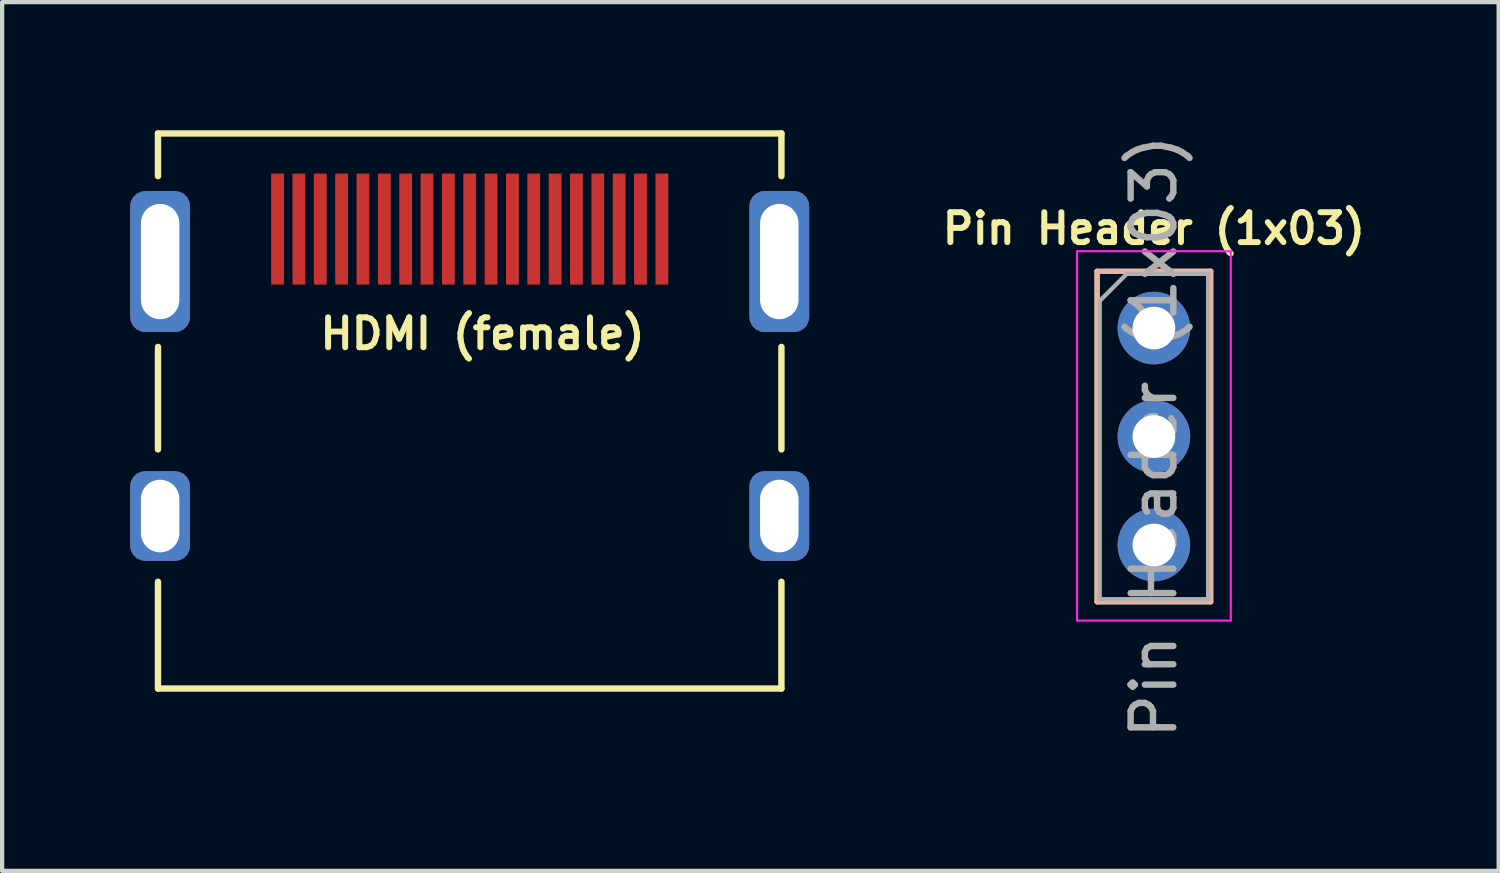
<source format=kicad_pcb>
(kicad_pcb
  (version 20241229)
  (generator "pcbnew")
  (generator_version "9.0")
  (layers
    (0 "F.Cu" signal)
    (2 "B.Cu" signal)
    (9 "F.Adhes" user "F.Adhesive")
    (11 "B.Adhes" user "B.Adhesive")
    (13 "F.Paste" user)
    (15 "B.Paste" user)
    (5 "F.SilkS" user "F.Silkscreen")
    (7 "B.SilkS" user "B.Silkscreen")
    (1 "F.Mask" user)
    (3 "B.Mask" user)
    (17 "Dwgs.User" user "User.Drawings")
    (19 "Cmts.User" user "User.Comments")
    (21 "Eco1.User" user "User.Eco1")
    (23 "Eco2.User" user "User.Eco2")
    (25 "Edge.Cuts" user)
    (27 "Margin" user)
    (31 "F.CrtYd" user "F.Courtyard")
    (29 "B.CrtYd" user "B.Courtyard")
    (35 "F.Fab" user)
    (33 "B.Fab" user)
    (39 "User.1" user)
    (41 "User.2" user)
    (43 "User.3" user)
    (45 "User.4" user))
  (footprint "HDMI (female)"
    (layer "F.Cu")
    (at 7.95 3.075)
    (property "Reference" "HDMI (female)" (at 0.3 1.69 180) (layer "F.SilkS") (effects (font (size 0.7 0.7) (thickness 0.14) (bold yes))))
    (attr through_hole)
    (fp_line (start -7.3 -3) (end 7.3 -3) (stroke (width 0.15) (type solid)) (layer "F.SilkS"))
    (fp_line (start -7.3 -2) (end -7.3 -3) (stroke (width 0.15) (type solid)) (layer "F.SilkS"))
    (fp_line (start -7.3 2) (end -7.3 4.4) (stroke (width 0.15) (type solid)) (layer "F.SilkS"))
    (fp_line (start -7.3 7.5) (end -7.3 10) (stroke (width 0.15) (type solid)) (layer "F.SilkS"))
    (fp_line (start -7.3 10) (end 7.3 10) (stroke (width 0.15) (type solid)) (layer "F.SilkS"))
    (fp_line (start 7.3 -3) (end 7.3 -2) (stroke (width 0.15) (type solid)) (layer "F.SilkS"))
    (fp_line (start 7.3 2) (end 7.3 4.4) (stroke (width 0.15) (type solid)) (layer "F.SilkS"))
    (fp_line (start 7.3 10) (end 7.3 7.5) (stroke (width 0.15) (type solid)) (layer "F.SilkS"))
    (pad "1" smd rect (at 4.5 -0.76) (size 0.3 2.6) (layers "F.Cu" "F.Mask" "F.Paste"))
    (pad "2" smd rect (at 4 -0.76) (size 0.3 2.6) (layers "F.Cu" "F.Mask" "F.Paste"))
    (pad "3" smd rect (at 3.5 -0.76) (size 0.3 2.6) (layers "F.Cu" "F.Mask" "F.Paste"))
    (pad "4" smd rect (at 3 -0.76) (size 0.3 2.6) (layers "F.Cu" "F.Mask" "F.Paste"))
    (pad "5" smd rect (at 2.5 -0.76) (size 0.3 2.6) (layers "F.Cu" "F.Mask" "F.Paste"))
    (pad "6" smd rect (at 2 -0.76) (size 0.3 2.6) (layers "F.Cu" "F.Mask" "F.Paste"))
    (pad "7" smd rect (at 1.5 -0.76) (size 0.3 2.6) (layers "F.Cu" "F.Mask" "F.Paste"))
    (pad "8" smd rect (at 1 -0.76) (size 0.3 2.6) (layers "F.Cu" "F.Mask" "F.Paste"))
    (pad "9" smd rect (at 0.5 -0.76) (size 0.3 2.6) (layers "F.Cu" "F.Mask" "F.Paste"))
    (pad "10" smd rect (at 0 -0.76) (size 0.3 2.6) (layers "F.Cu" "F.Mask" "F.Paste"))
    (pad "11" smd rect (at -0.5 -0.76) (size 0.3 2.6) (layers "F.Cu" "F.Mask" "F.Paste"))
    (pad "12" smd rect (at -1 -0.76) (size 0.3 2.6) (layers "F.Cu" "F.Mask" "F.Paste"))
    (pad "13" smd rect (at -1.5 -0.76) (size 0.3 2.6) (layers "F.Cu" "F.Mask" "F.Paste"))
    (pad "14" smd rect (at -2 -0.76) (size 0.3 2.6) (layers "F.Cu" "F.Mask" "F.Paste"))
    (pad "15" smd rect (at -2.5 -0.76) (size 0.3 2.6) (layers "F.Cu" "F.Mask" "F.Paste"))
    (pad "16" smd rect (at -3 -0.76) (size 0.3 2.6) (layers "F.Cu" "F.Mask" "F.Paste"))
    (pad "17" smd rect (at -3.5 -0.76) (size 0.3 2.6) (layers "F.Cu" "F.Mask" "F.Paste"))
    (pad "18" smd rect (at -4 -0.76) (size 0.3 2.6) (layers "F.Cu" "F.Mask" "F.Paste"))
    (pad "19" smd rect (at -4.5 -0.76) (size 0.3 2.6) (layers "F.Cu" "F.Mask" "F.Paste"))
    (pad "20" thru_hole roundrect (at -7.25 0) (size 1.4 3.3) (drill oval 0.9 2.7) (layers "*.Cu" "*.Mask") (roundrect_rratio 0.25))
    (pad "21" thru_hole roundrect (at -7.25 5.96) (size 1.4 2.1) (drill oval 0.9 1.7) (layers "*.Cu" "*.Mask") (roundrect_rratio 0.25))
    (pad "22" thru_hole roundrect (at 7.25 5.96) (size 1.4 2.1) (drill oval 0.9 1.7) (layers "*.Cu" "*.Mask") (roundrect_rratio 0.25))
    (pad "23" thru_hole roundrect (at 7.25 0) (size 1.4 3.3) (drill oval 0.9 2.7) (layers "*.Cu" "*.Mask") (roundrect_rratio 0.25)))
  (footprint "Pin Header (1x03)"
    (layer "F.Cu")
    (at 23.973 4.633)
    (property "Reference" "Pin Header (1x03)" (at 0 -2.33 0) (layer "F.SilkS") (effects (font (size 0.7 0.7) (thickness 0.14))))
    (attr through_hole)
    (fp_line (start -1.33 -1.33) (end -1.33 6.41) (stroke (width 0.12) (type solid)) (layer "F.SilkS"))
    (fp_line (start -1.33 -1.33) (end 1.33 -1.33) (stroke (width 0.12) (type solid)) (layer "F.SilkS"))
    (fp_line (start -1.33 6.41) (end 1.33 6.41) (stroke (width 0.12) (type solid)) (layer "F.SilkS"))
    (fp_line (start 1.33 -1.33) (end 1.33 6.41) (stroke (width 0.12) (type solid)) (layer "F.SilkS"))
    (fp_line (start -1.33 -1.33) (end -1.33 6.41) (stroke (width 0.12) (type solid)) (layer "B.SilkS"))
    (fp_line (start -1.33 -1.33) (end 1.33 -1.33) (stroke (width 0.12) (type solid)) (layer "B.SilkS"))
    (fp_line (start -1.33 6.41) (end 1.33 6.41) (stroke (width 0.12) (type solid)) (layer "B.SilkS"))
    (fp_line (start 1.33 -1.33) (end 1.33 6.41) (stroke (width 0.12) (type solid)) (layer "B.SilkS"))
    (fp_line (start -1.8 -1.8) (end -1.8 6.85) (stroke (width 0.05) (type solid)) (layer "F.CrtYd"))
    (fp_line (start -1.8 6.85) (end 1.8 6.85) (stroke (width 0.05) (type solid)) (layer "F.CrtYd"))
    (fp_line (start 1.8 -1.8) (end -1.8 -1.8) (stroke (width 0.05) (type solid)) (layer "F.CrtYd"))
    (fp_line (start 1.8 6.85) (end 1.8 -1.8) (stroke (width 0.05) (type solid)) (layer "F.CrtYd"))
    (fp_line (start -1.27 -0.635) (end -0.635 -1.27) (stroke (width 0.1) (type solid)) (layer "F.Fab"))
    (fp_line (start -1.27 6.35) (end -1.27 -0.635) (stroke (width 0.1) (type solid)) (layer "F.Fab"))
    (fp_line (start -0.635 -1.27) (end 1.27 -1.27) (stroke (width 0.1) (type solid)) (layer "F.Fab"))
    (fp_line (start 1.27 -1.27) (end 1.27 6.35) (stroke (width 0.1) (type solid)) (layer "F.Fab"))
    (fp_line (start 1.27 6.35) (end -1.27 6.35) (stroke (width 0.1) (type solid)) (layer "F.Fab"))
    (fp_text user "${REFERENCE}" (at 0 2.54 90) (layer "F.Fab") (effects (font (size 1 1) (thickness 0.15))))
    (pad "1" thru_hole circle (at 0 0) (size 1.7 1.7) (drill 1) (layers "*.Cu" "*.Mask"))
    (pad "2" thru_hole oval (at 0 2.54) (size 1.7 1.7) (drill 1) (layers "*.Cu" "*.Mask"))
    (pad "3" thru_hole oval (at 0 5.08) (size 1.7 1.7) (drill 1) (layers "*.Cu" "*.Mask")))
  (gr_rect
    (start -3 -3)
    (end 32.047 17.345)
    (stroke (width 0.1) (type default))
    (fill no)
    (layer "Edge.Cuts")))
</source>
